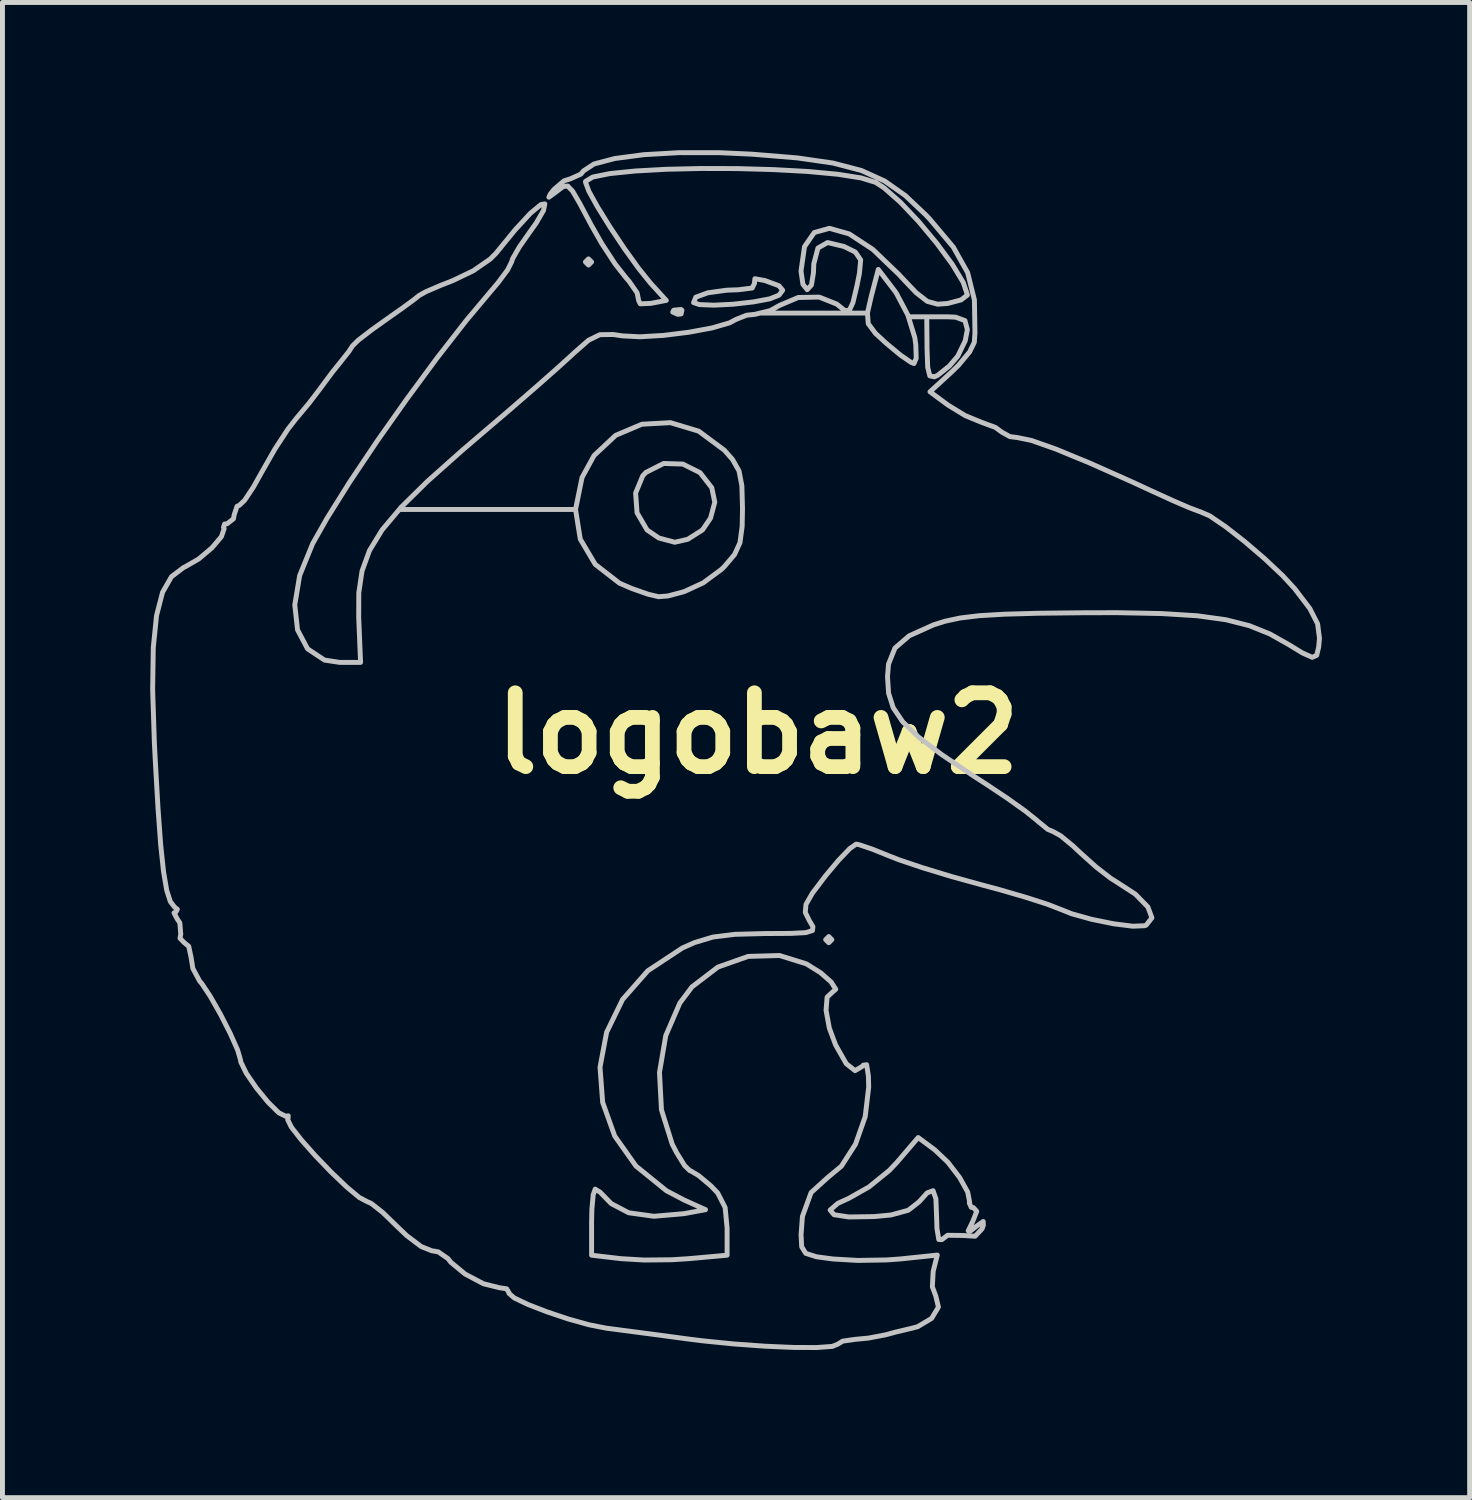
<source format=kicad_pcb>
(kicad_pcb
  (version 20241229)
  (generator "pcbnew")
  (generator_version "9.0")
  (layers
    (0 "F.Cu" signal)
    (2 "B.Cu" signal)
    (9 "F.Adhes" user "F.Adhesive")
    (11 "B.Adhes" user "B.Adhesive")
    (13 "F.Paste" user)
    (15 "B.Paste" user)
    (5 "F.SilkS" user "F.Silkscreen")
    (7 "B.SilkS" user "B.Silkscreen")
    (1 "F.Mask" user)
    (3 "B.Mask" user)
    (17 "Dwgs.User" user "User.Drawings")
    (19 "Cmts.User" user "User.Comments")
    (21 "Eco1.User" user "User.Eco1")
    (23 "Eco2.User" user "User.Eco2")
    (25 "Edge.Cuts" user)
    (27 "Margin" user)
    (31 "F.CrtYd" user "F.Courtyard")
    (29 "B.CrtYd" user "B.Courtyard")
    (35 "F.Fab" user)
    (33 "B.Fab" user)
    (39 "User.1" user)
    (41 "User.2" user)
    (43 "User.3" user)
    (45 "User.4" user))
  (footprint "logobaw2"
    (layer "F.Cu")
    (at 12.343 11.842)
    (property "Reference" "logobaw2" (at 0 0 0) (layer "F.SilkS") (effects (font (size 1.5 1.5) (thickness 0.3))))
    (attr board_only exclude_from_pos_files exclude_from_bom)
    (fp_poly (pts (xy -3.378 -9.572) (xy -3.441 -9.509) (xy -3.503 -9.572) (xy -3.441 -9.634)) (stroke (width 0.1) (type solid)) (fill no) (layer "Dwgs.User"))
    (fp_poly (pts (xy 1.501 4.192) (xy 1.439 4.254) (xy 1.376 4.192) (xy 1.439 4.129)) (stroke (width 0.1) (type solid)) (fill no) (layer "Dwgs.User"))
    (fp_poly (pts (xy -1.543 -8.592) (xy -1.56 -8.517) (xy -1.627 -8.508) (xy -1.73 -8.554) (xy -1.71 -8.592) (xy -1.562 -8.607)) (stroke (width 0.1) (type solid)) (fill no) (layer "Dwgs.User"))
    (fp_poly (pts (xy -1.525 -5.467) (xy -1.175 -5.292) (xy -0.937 -4.986) (xy -0.876 -4.692) (xy -0.963 -4.368) (xy -1.126 -4.129) (xy -1.424 -3.94) (xy -1.689 -3.879) (xy -2.013 -3.966) (xy -2.252 -4.129) (xy -2.455 -4.478) (xy -2.484 -4.879) (xy -2.338 -5.23) (xy -2.274 -5.298) (xy -1.915 -5.479)) (stroke (width 0.1) (type solid)) (fill no) (layer "Dwgs.User"))
    (fp_poly (pts (xy 0.141 -9.194) (xy 0.425 -9.09) (xy 0.503 -8.998) (xy 0.43 -8.898) (xy 0.243 -8.823) (xy -0.094 -8.76) (xy -0.499 -8.714) (xy -0.891 -8.694) (xy -1.188 -8.706) (xy -1.307 -8.747) (xy -1.261 -8.856) (xy -1.019 -8.945) (xy -0.637 -8.998) (xy -0.399 -9.007) (xy -0.117 -9.042) (xy -0.067 -9.141) (xy -0.071 -9.147) (xy -0.061 -9.231)) (stroke (width 0.1) (type solid)) (fill no) (layer "Dwgs.User"))
    (fp_poly (pts (xy 3.594 8.463) (xy 3.86 8.715) (xy 4.098 9.025) (xy 4.261 9.319) (xy 4.3 9.524) (xy 4.293 9.541) (xy 4.333 9.629) (xy 4.376 9.634) (xy 4.444 9.71) (xy 4.363 9.916) (xy 4.271 10.106) (xy 4.319 10.106) (xy 4.424 10.023) (xy 4.575 9.916) (xy 4.579 9.991) (xy 4.553 10.064) (xy 4.412 10.215) (xy 4.155 10.2) (xy 3.853 10.196) (xy 3.736 10.284) (xy 3.673 10.282) (xy 3.636 10.057) (xy 3.63 9.853) (xy 3.615 9.457) (xy 3.558 9.291) (xy 3.438 9.334) (xy 3.273 9.517) (xy 3.054 9.688) (xy 2.701 9.784) (xy 2.363 9.816) (xy 1.846 9.824) (xy 1.545 9.778) (xy 1.467 9.683) (xy 1.623 9.548) (xy 1.855 9.441) (xy 2.257 9.213) (xy 2.666 8.881) (xy 2.819 8.72) (xy 3.255 8.211)) (stroke (width 0.1) (type solid)) (fill no) (layer "Dwgs.User"))
    (fp_poly (pts (xy -0.78 -11.791) (xy -0.125 -11.761) (xy 0.801 -11.685) (xy 1.526 -11.58) (xy 2.1 -11.43) (xy 2.573 -11.216) (xy 2.994 -10.92) (xy 3.412 -10.525) (xy 3.492 -10.44) (xy 3.969 -9.873) (xy 4.26 -9.353) (xy 4.397 -8.8) (xy 4.408 -8.131) (xy 4.395 -7.939) (xy 4.299 -7.744) (xy 4.072 -7.472) (xy 3.937 -7.34) (xy 3.495 -6.935) (xy 3.862 -6.664) (xy 4.209 -6.452) (xy 4.543 -6.314) (xy 4.556 -6.31) (xy 4.824 -6.211) (xy 4.951 -6.117) (xy 5.119 -6.024) (xy 5.266 -6.006) (xy 5.554 -5.947) (xy 6.05 -5.772) (xy 6.741 -5.487) (xy 7.617 -5.097) (xy 7.979 -4.929) (xy 8.416 -4.73) (xy 8.763 -4.58) (xy 8.961 -4.505) (xy 8.98 -4.5) (xy 9.176 -4.415) (xy 9.495 -4.198) (xy 9.884 -3.895) (xy 10.288 -3.549) (xy 10.654 -3.205) (xy 10.901 -2.937) (xy 11.209 -2.533) (xy 11.367 -2.223) (xy 11.405 -1.928) (xy 11.389 -1.752) (xy 11.349 -1.583) (xy 11.258 -1.542) (xy 11.059 -1.631) (xy 10.787 -1.797) (xy 10.395 -2.018) (xy 9.98 -2.185) (xy 9.502 -2.306) (xy 8.921 -2.386) (xy 8.198 -2.431) (xy 7.292 -2.449) (xy 6.569 -2.447) (xy 5.685 -2.437) (xy 5.008 -2.418) (xy 4.498 -2.388) (xy 4.11 -2.341) (xy 3.804 -2.276) (xy 3.569 -2.202) (xy 3.074 -1.98) (xy 2.783 -1.73) (xy 2.652 -1.403) (xy 2.632 -1.145) (xy 2.654 -0.812) (xy 2.748 -0.518) (xy 2.941 -0.232) (xy 3.26 0.075) (xy 3.733 0.434) (xy 4.388 0.874) (xy 4.639 1.036) (xy 5.065 1.32) (xy 5.43 1.58) (xy 5.662 1.766) (xy 5.68 1.783) (xy 5.887 1.952) (xy 6.004 2.002) (xy 6.148 2.082) (xy 6.397 2.287) (xy 6.553 2.433) (xy 6.873 2.72) (xy 7.166 2.946) (xy 7.262 3.006) (xy 7.666 3.268) (xy 7.92 3.528) (xy 8.002 3.749) (xy 7.887 3.896) (xy 7.855 3.909) (xy 7.614 3.919) (xy 7.226 3.87) (xy 6.781 3.78) (xy 6.372 3.666) (xy 6.136 3.572) (xy 5.883 3.474) (xy 5.455 3.336) (xy 4.92 3.18) (xy 4.529 3.075) (xy 3.922 2.907) (xy 3.34 2.73) (xy 2.868 2.571) (xy 2.673 2.495) (xy 2.321 2.353) (xy 2.063 2.266) (xy 1.995 2.252) (xy 1.865 2.343) (xy 1.636 2.582) (xy 1.375 2.894) (xy 1.106 3.249) (xy 0.976 3.476) (xy 0.962 3.639) (xy 1.042 3.801) (xy 1.042 3.801) (xy 1.117 3.929) (xy 1.108 4.007) (xy 0.974 4.049) (xy 0.674 4.065) (xy 0.168 4.068) (xy 0.139 4.068) (xy -0.468 4.084) (xy -0.913 4.139) (xy -1.286 4.251) (xy -1.532 4.36) (xy -2.236 4.824) (xy -2.749 5.408) (xy -3.073 6.074) (xy -3.207 6.783) (xy -3.153 7.497) (xy -2.909 8.179) (xy -2.477 8.79) (xy -1.857 9.292) (xy -1.501 9.479) (xy -1.064 9.676) (xy -1.501 9.757) (xy -2.111 9.81) (xy -2.624 9.739) (xy -2.979 9.553) (xy -3.023 9.508) (xy -3.205 9.321) (xy -3.305 9.259) (xy -3.345 9.372) (xy -3.372 9.663) (xy -3.378 9.93) (xy -3.378 10.601) (xy -2.781 10.671) (xy -2.312 10.699) (xy -1.749 10.693) (xy -1.405 10.671) (xy -0.626 10.601) (xy -0.626 10.049) (xy -0.666 9.631) (xy -0.818 9.335) (xy -0.957 9.191) (xy -1.2 8.987) (xy -1.369 8.886) (xy -1.383 8.884) (xy -1.489 8.781) (xy -1.65 8.52) (xy -1.741 8.344) (xy -1.959 7.648) (xy -1.999 6.889) (xy -1.872 6.142) (xy -1.586 5.48) (xy -1.339 5.151) (xy -0.813 4.749) (xy -0.197 4.532) (xy 0.44 4.514) (xy 0.985 4.684) (xy 1.273 4.864) (xy 1.487 5.052) (xy 1.581 5.199) (xy 1.517 5.255) (xy 1.405 5.36) (xy 1.384 5.627) (xy 1.45 5.988) (xy 1.579 6.333) (xy 1.794 6.711) (xy 1.973 6.852) (xy 2.125 6.762) (xy 2.139 6.741) (xy 2.208 6.732) (xy 2.244 6.963) (xy 2.25 7.186) (xy 2.179 7.786) (xy 1.982 8.346) (xy 1.695 8.793) (xy 1.424 9.017) (xy 1.08 9.329) (xy 0.904 9.813) (xy 0.876 10.188) (xy 0.889 10.431) (xy 0.972 10.563) (xy 1.187 10.632) (xy 1.519 10.677) (xy 2.03 10.707) (xy 2.613 10.697) (xy 2.903 10.676) (xy 3.643 10.598) (xy 3.559 10.931) (xy 3.543 11.242) (xy 3.612 11.429) (xy 3.666 11.654) (xy 3.528 11.884) (xy 3.248 12.051) (xy 3.159 12.076) (xy 2.795 12.163) (xy 2.596 12.217) (xy 2.246 12.284) (xy 1.971 12.31) (xy 1.721 12.346) (xy 1.627 12.405) (xy 1.51 12.453) (xy 1.193 12.476) (xy 0.721 12.474) (xy 0.144 12.449) (xy -0.492 12.403) (xy -1.138 12.338) (xy -1.439 12.3) (xy -2.017 12.222) (xy -2.543 12.153) (xy -2.939 12.101) (xy -3.077 12.083) (xy -3.424 12.015) (xy -3.846 11.898) (xy -4.281 11.752) (xy -4.669 11.602) (xy -4.948 11.469) (xy -5.057 11.374) (xy -5.054 11.365) (xy -5.104 11.283) (xy -5.252 11.261) (xy -5.575 11.18) (xy -5.945 10.985) (xy -6.237 10.744) (xy -6.294 10.67) (xy -6.492 10.533) (xy -6.627 10.51) (xy -6.84 10.424) (xy -7.134 10.202) (xy -7.335 10.01) (xy -7.621 9.732) (xy -7.851 9.551) (xy -7.943 9.509) (xy -8.098 9.427) (xy -8.355 9.212) (xy -8.667 8.914) (xy -8.989 8.579) (xy -9.274 8.258) (xy -9.477 7.998) (xy -9.55 7.847) (xy -9.544 7.834) (xy -9.539 7.77) (xy -9.591 7.778) (xy -9.732 7.708) (xy -9.949 7.493) (xy -10.186 7.204) (xy -10.389 6.909) (xy -10.502 6.678) (xy -10.51 6.628) (xy -10.569 6.429) (xy -10.718 6.095) (xy -10.916 5.707) (xy -11.122 5.344) (xy -11.294 5.085) (xy -11.337 5.036) (xy -11.476 4.777) (xy -11.511 4.558) (xy -11.56 4.327) (xy -11.65 4.254) (xy -11.737 4.164) (xy -11.722 4.082) (xy -11.74 3.851) (xy -11.796 3.769) (xy -11.859 3.648) (xy -11.818 3.627) (xy -11.791 3.576) (xy -11.849 3.529) (xy -11.934 3.418) (xy -12.008 3.186) (xy -12.072 2.808) (xy -12.13 2.261) (xy -12.184 1.521) (xy -12.239 0.562) (xy -12.258 0.188) (xy -12.293 -0.887) (xy -12.28 -1.738) (xy -12.214 -2.389) (xy -12.092 -2.862) (xy -11.91 -3.18) (xy -11.663 -3.367) (xy -11.637 -3.378) (xy -11.355 -3.541) (xy -11.089 -3.766) (xy -10.897 -3.991) (xy -10.84 -4.156) (xy -10.854 -4.181) (xy -10.832 -4.249) (xy -10.781 -4.254) (xy -10.652 -4.355) (xy -10.635 -4.442) (xy -10.579 -4.609) (xy -10.531 -4.63) (xy -10.424 -4.732) (xy -10.247 -4.999) (xy -10.062 -5.329) (xy -9.81 -5.771) (xy -9.545 -6.176) (xy -9.384 -6.383) (xy -9.118 -6.701) (xy -8.896 -6.992) (xy -8.884 -7.009) (xy -8.645 -7.331) (xy -8.484 -7.531) (xy -8.31 -7.75) (xy -8.233 -7.868) (xy -8.118 -7.981) (xy -7.855 -8.184) (xy -7.57 -8.388) (xy -7.228 -8.629) (xy -6.977 -8.813) (xy -6.882 -8.89) (xy -6.738 -8.97) (xy -6.437 -9.099) (xy -6.194 -9.194) (xy -5.782 -9.392) (xy -5.436 -9.631) (xy -5.318 -9.75) (xy -4.931 -10.224) (xy -4.619 -10.562) (xy -4.406 -10.738) (xy -4.328 -10.751) (xy -4.354 -10.619) (xy -4.502 -10.363) (xy -4.627 -10.188) (xy -4.845 -9.877) (xy -4.981 -9.64) (xy -5.003 -9.572) (xy -5.084 -9.41) (xy -5.281 -9.146) (xy -5.397 -9.009) (xy -5.922 -8.384) (xy -6.513 -7.626) (xy -7.129 -6.79) (xy -7.734 -5.933) (xy -8.287 -5.108) (xy -8.749 -4.37) (xy -9.043 -3.851) (xy -9.307 -3.203) (xy -9.406 -2.607) (xy -9.35 -2.099) (xy -9.146 -1.714) (xy -8.802 -1.486) (xy -8.495 -1.439) (xy -8.07 -1.439) (xy -8.108 -2.352) (xy -8.106 -2.853) (xy -8.04 -3.295) (xy -7.889 -3.71) (xy -7.632 -4.131) (xy -7.283 -4.545) (xy -3.704 -4.545) (xy -3.608 -3.943) (xy -3.304 -3.43) (xy -2.812 -3.048) (xy -2.565 -2.941) (xy -2.226 -2.822) (xy -2.016 -2.773) (xy -1.83 -2.788) (xy -1.557 -2.86) (xy -1.494 -2.878) (xy -1.112 -3.054) (xy -0.739 -3.329) (xy -0.681 -3.386) (xy -0.475 -3.629) (xy -0.364 -3.872) (xy -0.32 -4.204) (xy -0.313 -4.567) (xy -0.326 -5.027) (xy -0.384 -5.328) (xy -0.517 -5.562) (xy -0.682 -5.749) (xy -1.202 -6.135) (xy -1.777 -6.308) (xy -2.356 -6.276) (xy -2.89 -6.05) (xy -3.328 -5.64) (xy -3.572 -5.194) (xy -3.704 -4.545) (xy -7.283 -4.545) (xy -7.247 -4.589) (xy -6.713 -5.115) (xy -6.009 -5.742) (xy -5.599 -6.093) (xy -5.055 -6.557) (xy -4.54 -7.003) (xy -4.103 -7.388) (xy -3.794 -7.668) (xy -3.735 -7.723) (xy -3.44 -7.982) (xy -3.209 -8.095) (xy -2.936 -8.098) (xy -2.758 -8.071) (xy -2.397 -8.052) (xy -1.919 -8.08) (xy -1.404 -8.144) (xy -0.93 -8.232) (xy -0.576 -8.335) (xy -0.444 -8.405) (xy -0.23 -8.49) (xy -0.061 -8.508) (xy 0.042 -8.533) (xy 2.224 -8.533) (xy 2.241 -8.318) (xy 2.387 -8.122) (xy 2.611 -7.916) (xy 2.897 -7.679) (xy 3.111 -7.532) (xy 3.17 -7.509) (xy 3.215 -7.617) (xy 3.206 -7.892) (xy 3.186 -8.037) (xy 3.056 -8.458) (xy 3.429 -8.458) (xy 3.435 -7.808) (xy 3.448 -7.433) (xy 3.491 -7.259) (xy 3.584 -7.239) (xy 3.653 -7.271) (xy 3.889 -7.46) (xy 4.06 -7.661) (xy 4.21 -7.97) (xy 4.254 -8.198) (xy 4.205 -8.381) (xy 4.013 -8.451) (xy 3.841 -8.458) (xy 3.429 -8.458) (xy 3.056 -8.458) (xy 3.044 -8.496) (xy 2.812 -8.936) (xy 2.771 -8.994) (xy 2.445 -9.42) (xy 2.301 -8.87) (xy 2.224 -8.533) (xy 0.042 -8.533) (xy 0.249 -8.583) (xy 0.445 -8.692) (xy 0.819 -8.85) (xy 1.244 -8.858) (xy 1.602 -8.716) (xy 1.637 -8.687) (xy 1.768 -8.583) (xy 1.858 -8.59) (xy 1.93 -8.746) (xy 2.012 -9.091) (xy 2.061 -9.335) (xy 2.087 -9.613) (xy 1.978 -9.773) (xy 1.746 -9.887) (xy 1.415 -9.966) (xy 1.219 -9.854) (xy 1.135 -9.533) (xy 1.128 -9.353) (xy 1.087 -9.103) (xy 1.001 -9.009) (xy 0.914 -9.118) (xy 0.876 -9.381) (xy 0.876 -9.392) (xy 0.946 -9.882) (xy 1.144 -10.169) (xy 1.453 -10.255) (xy 1.855 -10.141) (xy 2.332 -9.828) (xy 2.866 -9.316) (xy 2.896 -9.282) (xy 3.213 -8.948) (xy 3.441 -8.771) (xy 3.649 -8.714) (xy 3.851 -8.728) (xy 4.126 -8.801) (xy 4.253 -8.898) (xy 4.254 -8.906) (xy 4.17 -9.156) (xy 3.948 -9.523) (xy 3.631 -9.953) (xy 3.265 -10.392) (xy 2.893 -10.785) (xy 2.559 -11.079) (xy 2.391 -11.188) (xy 2.092 -11.279) (xy 1.621 -11.353) (xy 1.019 -11.409) (xy 0.328 -11.447) (xy -0.41 -11.468) (xy -1.154 -11.47) (xy -1.861 -11.454) (xy -2.492 -11.419) (xy -3.003 -11.367) (xy -3.353 -11.297) (xy -3.501 -11.208) (xy -3.503 -11.195) (xy -3.435 -11.011) (xy -3.255 -10.686) (xy -3.002 -10.278) (xy -2.713 -9.845) (xy -2.427 -9.447) (xy -2.182 -9.142) (xy -2.161 -9.119) (xy -1.861 -8.791) (xy -2.178 -8.73) (xy -2.389 -8.722) (xy -2.422 -8.787) (xy -2.453 -8.944) (xy -2.62 -9.184) (xy -2.669 -9.238) (xy -2.898 -9.528) (xy -3.17 -9.944) (xy -3.386 -10.323) (xy -3.617 -10.758) (xy -3.764 -11.01) (xy -3.863 -11.114) (xy -3.953 -11.104) (xy -4.07 -11.017) (xy -4.095 -10.997) (xy -4.245 -10.887) (xy -4.217 -10.949) (xy -4.145 -11.042) (xy -3.938 -11.219) (xy -3.807 -11.261) (xy -3.597 -11.355) (xy -3.541 -11.422) (xy -3.328 -11.562) (xy -2.906 -11.673) (xy -2.314 -11.751) (xy -1.592 -11.792)) (stroke (width 0.1) (type solid)) (fill no) (layer "Dwgs.User")))
  (gr_rect
    (start -3 -3)
    (end 26.798 27.367)
    (stroke (width 0.1) (type default))
    (fill no)
    (layer "Edge.Cuts")))
</source>
